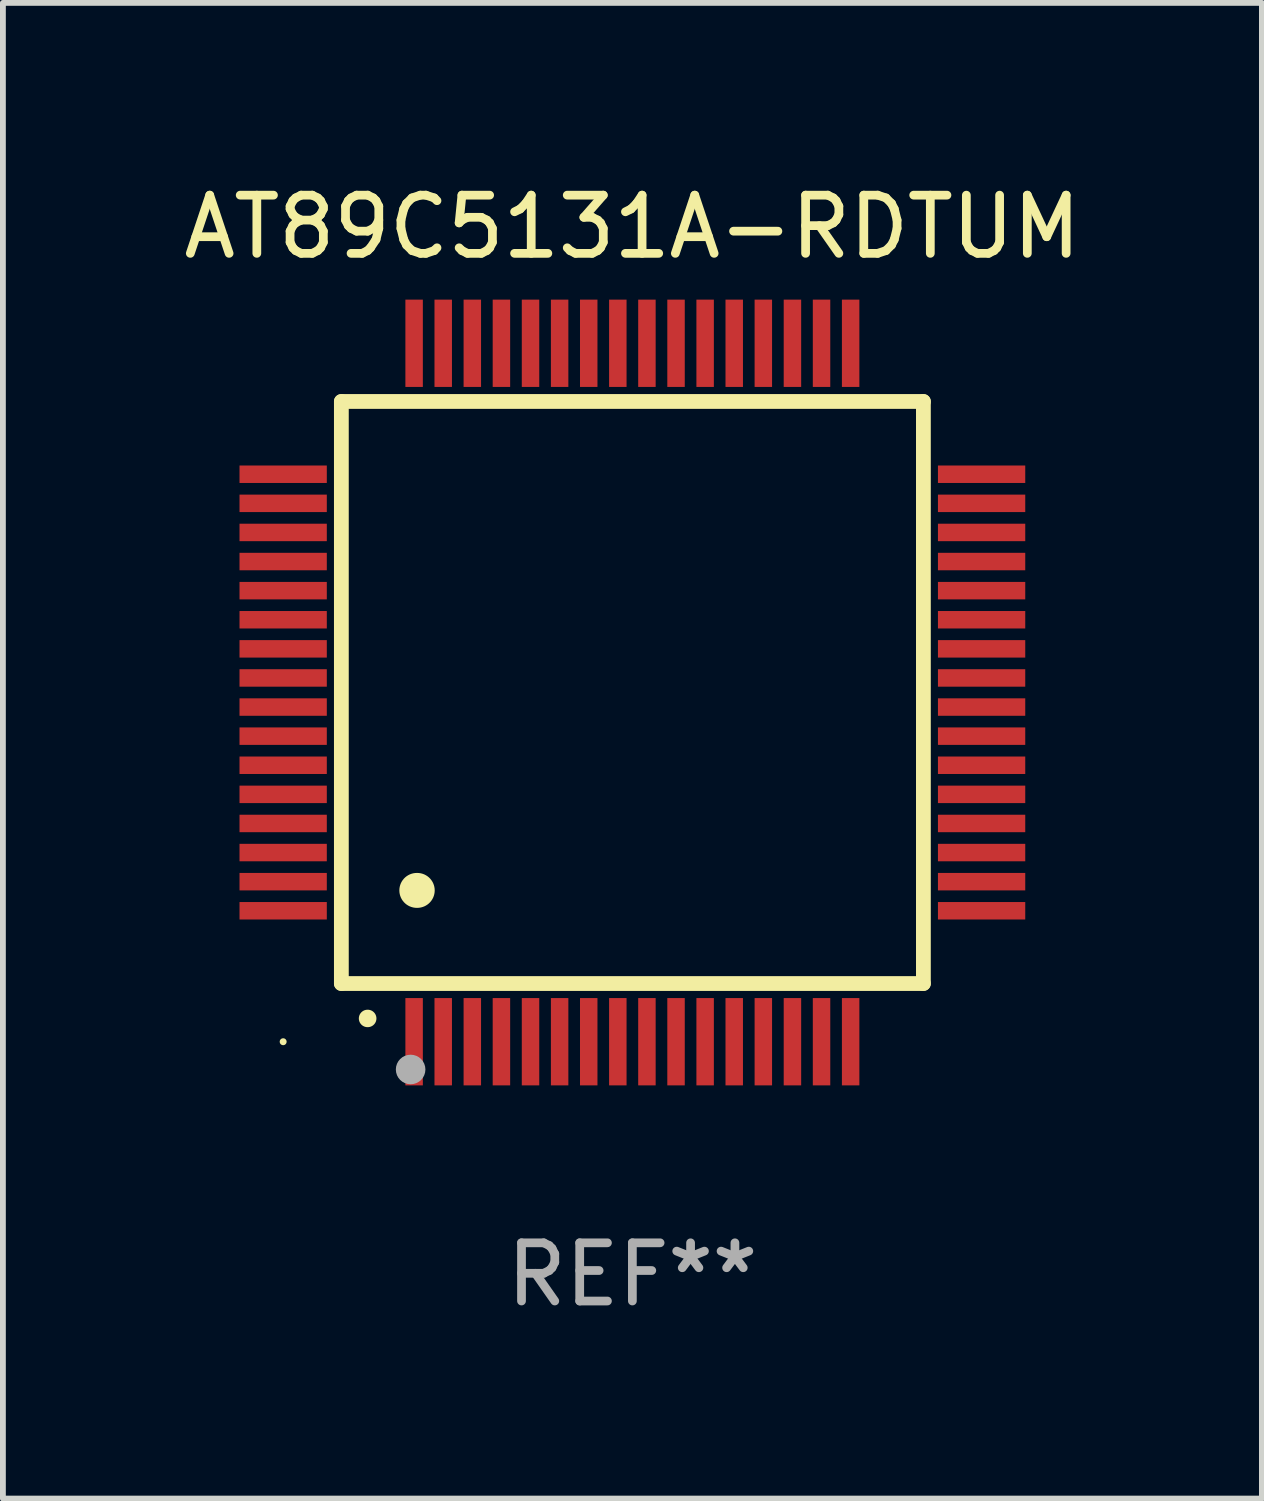
<source format=kicad_pcb>
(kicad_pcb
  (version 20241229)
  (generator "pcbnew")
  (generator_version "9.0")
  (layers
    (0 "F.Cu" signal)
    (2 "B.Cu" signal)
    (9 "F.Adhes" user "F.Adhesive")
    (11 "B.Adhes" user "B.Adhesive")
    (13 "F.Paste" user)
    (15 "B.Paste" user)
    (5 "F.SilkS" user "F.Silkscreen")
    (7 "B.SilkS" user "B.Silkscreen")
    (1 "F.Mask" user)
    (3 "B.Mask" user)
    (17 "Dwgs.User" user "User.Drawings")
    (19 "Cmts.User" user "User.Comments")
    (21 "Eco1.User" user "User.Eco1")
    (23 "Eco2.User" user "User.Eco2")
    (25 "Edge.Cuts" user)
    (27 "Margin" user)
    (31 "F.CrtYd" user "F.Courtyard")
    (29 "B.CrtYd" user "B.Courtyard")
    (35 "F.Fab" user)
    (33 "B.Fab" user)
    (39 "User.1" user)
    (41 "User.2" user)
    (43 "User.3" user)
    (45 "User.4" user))
  (footprint "AT89C5131A-RDTUM"
    (layer "F.Cu")
    (at 7.815 8.848)
    (property "Reference" "AT89C5131A-RDTUM" (at 0 -8 0) (layer "F.SilkS") (effects (font (size 1 1) (thickness 0.15))))
    (attr through_hole)
    (fp_line (start -5 -5) (end -5 5) (stroke (width 0.254) (type solid)) (layer "F.SilkS"))
    (fp_line (start -5 -5) (end 5 -5) (stroke (width 0.254) (type solid)) (layer "F.SilkS"))
    (fp_line (start -5 5) (end 5 5) (stroke (width 0.254) (type solid)) (layer "F.SilkS"))
    (fp_line (start 5 -5) (end 5 5) (stroke (width 0.254) (type solid)) (layer "F.SilkS"))
    (fp_arc (start -4.549987 5.6) (mid -4.548717 5.599995) (end -4.547447 5.6) (stroke (width 0.3) (type solid)) (layer "F.SilkS"))
    (fp_arc (start -3.703835 3.400076) (mid -3.700025 3.400052) (end -3.696215 3.400076) (stroke (width 0.6) (type solid)) (layer "F.SilkS"))
    (fp_circle (center -6 6) (end -5.97 6) (stroke (width 0.06) (type solid)) (fill no) (layer "F.SilkS"))
    (fp_circle (center -3.81 6.477) (end -3.683 6.477) (stroke (width 0.254) (type solid)) (fill no) (layer "F.Fab"))
    (fp_text user "REF**" (at 0 10 0) (layer "F.Fab") (effects (font (size 1 1) (thickness 0.15))))
    (pad "1" smd rect (at -3.75 6 180) (size 0.3 1.5) (layers "F.Cu" "F.Mask" "F.Paste"))
    (pad "2" smd rect (at -3.25 6 180) (size 0.3 1.5) (layers "F.Cu" "F.Mask" "F.Paste"))
    (pad "3" smd rect (at -2.75 6 180) (size 0.3 1.5) (layers "F.Cu" "F.Mask" "F.Paste"))
    (pad "4" smd rect (at -2.25 6 180) (size 0.3 1.5) (layers "F.Cu" "F.Mask" "F.Paste"))
    (pad "5" smd rect (at -1.75 6 180) (size 0.3 1.5) (layers "F.Cu" "F.Mask" "F.Paste"))
    (pad "6" smd rect (at -1.25 6 180) (size 0.3 1.5) (layers "F.Cu" "F.Mask" "F.Paste"))
    (pad "7" smd rect (at -0.75 6 180) (size 0.3 1.5) (layers "F.Cu" "F.Mask" "F.Paste"))
    (pad "8" smd rect (at -0.25 6 180) (size 0.3 1.5) (layers "F.Cu" "F.Mask" "F.Paste"))
    (pad "9" smd rect (at 0.25 6 180) (size 0.3 1.5) (layers "F.Cu" "F.Mask" "F.Paste"))
    (pad "10" smd rect (at 0.75 6 180) (size 0.3 1.5) (layers "F.Cu" "F.Mask" "F.Paste"))
    (pad "11" smd rect (at 1.25 6 180) (size 0.3 1.5) (layers "F.Cu" "F.Mask" "F.Paste"))
    (pad "12" smd rect (at 1.75 6 180) (size 0.3 1.5) (layers "F.Cu" "F.Mask" "F.Paste"))
    (pad "13" smd rect (at 2.25 6 180) (size 0.3 1.5) (layers "F.Cu" "F.Mask" "F.Paste"))
    (pad "14" smd rect (at 2.75 6 180) (size 0.3 1.5) (layers "F.Cu" "F.Mask" "F.Paste"))
    (pad "15" smd rect (at 3.25 6 180) (size 0.3 1.5) (layers "F.Cu" "F.Mask" "F.Paste"))
    (pad "16" smd rect (at 3.75 6 180) (size 0.3 1.5) (layers "F.Cu" "F.Mask" "F.Paste"))
    (pad "17" smd rect (at 6 3.75 90) (size 0.3 1.5) (layers "F.Cu" "F.Mask" "F.Paste"))
    (pad "18" smd rect (at 6 3.25 90) (size 0.3 1.5) (layers "F.Cu" "F.Mask" "F.Paste"))
    (pad "19" smd rect (at 6 2.75 90) (size 0.3 1.5) (layers "F.Cu" "F.Mask" "F.Paste"))
    (pad "20" smd rect (at 6 2.25 90) (size 0.3 1.5) (layers "F.Cu" "F.Mask" "F.Paste"))
    (pad "21" smd rect (at 6 1.75 90) (size 0.3 1.5) (layers "F.Cu" "F.Mask" "F.Paste"))
    (pad "22" smd rect (at 6 1.25 90) (size 0.3 1.5) (layers "F.Cu" "F.Mask" "F.Paste"))
    (pad "23" smd rect (at 6 0.75 90) (size 0.3 1.5) (layers "F.Cu" "F.Mask" "F.Paste"))
    (pad "24" smd rect (at 6 0.25 90) (size 0.3 1.5) (layers "F.Cu" "F.Mask" "F.Paste"))
    (pad "25" smd rect (at 6 -0.25 90) (size 0.3 1.5) (layers "F.Cu" "F.Mask" "F.Paste"))
    (pad "26" smd rect (at 6 -0.75 90) (size 0.3 1.5) (layers "F.Cu" "F.Mask" "F.Paste"))
    (pad "27" smd rect (at 6 -1.25 90) (size 0.3 1.5) (layers "F.Cu" "F.Mask" "F.Paste"))
    (pad "28" smd rect (at 6 -1.75 90) (size 0.3 1.5) (layers "F.Cu" "F.Mask" "F.Paste"))
    (pad "29" smd rect (at 6 -2.25 90) (size 0.3 1.5) (layers "F.Cu" "F.Mask" "F.Paste"))
    (pad "30" smd rect (at 6 -2.75 90) (size 0.3 1.5) (layers "F.Cu" "F.Mask" "F.Paste"))
    (pad "31" smd rect (at 6 -3.25 90) (size 0.3 1.5) (layers "F.Cu" "F.Mask" "F.Paste"))
    (pad "32" smd rect (at 6 -3.75 90) (size 0.3 1.5) (layers "F.Cu" "F.Mask" "F.Paste"))
    (pad "33" smd rect (at 3.75 -6 180) (size 0.3 1.5) (layers "F.Cu" "F.Mask" "F.Paste"))
    (pad "34" smd rect (at 3.25 -6 180) (size 0.3 1.5) (layers "F.Cu" "F.Mask" "F.Paste"))
    (pad "35" smd rect (at 2.75 -6 180) (size 0.3 1.5) (layers "F.Cu" "F.Mask" "F.Paste"))
    (pad "36" smd rect (at 2.25 -6 180) (size 0.3 1.5) (layers "F.Cu" "F.Mask" "F.Paste"))
    (pad "37" smd rect (at 1.75 -6 180) (size 0.3 1.5) (layers "F.Cu" "F.Mask" "F.Paste"))
    (pad "38" smd rect (at 1.25 -6 180) (size 0.3 1.5) (layers "F.Cu" "F.Mask" "F.Paste"))
    (pad "39" smd rect (at 0.75 -6 180) (size 0.3 1.5) (layers "F.Cu" "F.Mask" "F.Paste"))
    (pad "40" smd rect (at 0.25 -6 180) (size 0.3 1.5) (layers "F.Cu" "F.Mask" "F.Paste"))
    (pad "41" smd rect (at -0.25 -6 180) (size 0.3 1.5) (layers "F.Cu" "F.Mask" "F.Paste"))
    (pad "42" smd rect (at -0.75 -6 180) (size 0.3 1.5) (layers "F.Cu" "F.Mask" "F.Paste"))
    (pad "43" smd rect (at -1.25 -6 180) (size 0.3 1.5) (layers "F.Cu" "F.Mask" "F.Paste"))
    (pad "44" smd rect (at -1.75 -6 180) (size 0.3 1.5) (layers "F.Cu" "F.Mask" "F.Paste"))
    (pad "45" smd rect (at -2.25 -6 180) (size 0.3 1.5) (layers "F.Cu" "F.Mask" "F.Paste"))
    (pad "46" smd rect (at -2.75 -6 180) (size 0.3 1.5) (layers "F.Cu" "F.Mask" "F.Paste"))
    (pad "47" smd rect (at -3.25 -6 180) (size 0.3 1.5) (layers "F.Cu" "F.Mask" "F.Paste"))
    (pad "48" smd rect (at -3.75 -6 180) (size 0.3 1.5) (layers "F.Cu" "F.Mask" "F.Paste"))
    (pad "49" smd rect (at -6 -3.75 90) (size 0.3 1.5) (layers "F.Cu" "F.Mask" "F.Paste"))
    (pad "50" smd rect (at -6 -3.25 90) (size 0.3 1.5) (layers "F.Cu" "F.Mask" "F.Paste"))
    (pad "51" smd rect (at -6 -2.75 90) (size 0.3 1.5) (layers "F.Cu" "F.Mask" "F.Paste"))
    (pad "52" smd rect (at -6 -2.25 90) (size 0.3 1.5) (layers "F.Cu" "F.Mask" "F.Paste"))
    (pad "53" smd rect (at -6 -1.75 90) (size 0.3 1.5) (layers "F.Cu" "F.Mask" "F.Paste"))
    (pad "54" smd rect (at -6 -1.25 90) (size 0.3 1.5) (layers "F.Cu" "F.Mask" "F.Paste"))
    (pad "55" smd rect (at -6 -0.75 90) (size 0.3 1.5) (layers "F.Cu" "F.Mask" "F.Paste"))
    (pad "56" smd rect (at -6 -0.25 90) (size 0.3 1.5) (layers "F.Cu" "F.Mask" "F.Paste"))
    (pad "57" smd rect (at -6 0.25 90) (size 0.3 1.5) (layers "F.Cu" "F.Mask" "F.Paste"))
    (pad "58" smd rect (at -6 0.75 90) (size 0.3 1.5) (layers "F.Cu" "F.Mask" "F.Paste"))
    (pad "59" smd rect (at -6 1.25 90) (size 0.3 1.5) (layers "F.Cu" "F.Mask" "F.Paste"))
    (pad "60" smd rect (at -6 1.75 90) (size 0.3 1.5) (layers "F.Cu" "F.Mask" "F.Paste"))
    (pad "61" smd rect (at -6 2.25 90) (size 0.3 1.5) (layers "F.Cu" "F.Mask" "F.Paste"))
    (pad "62" smd rect (at -6 2.75 90) (size 0.3 1.5) (layers "F.Cu" "F.Mask" "F.Paste"))
    (pad "63" smd rect (at -6 3.25 90) (size 0.3 1.5) (layers "F.Cu" "F.Mask" "F.Paste"))
    (pad "64" smd rect (at -6 3.75 90) (size 0.3 1.5) (layers "F.Cu" "F.Mask" "F.Paste")))
  (gr_rect
    (start -3 -3)
    (end 18.631 22.697)
    (stroke (width 0.1) (type default))
    (fill no)
    (layer "Edge.Cuts")))
</source>
